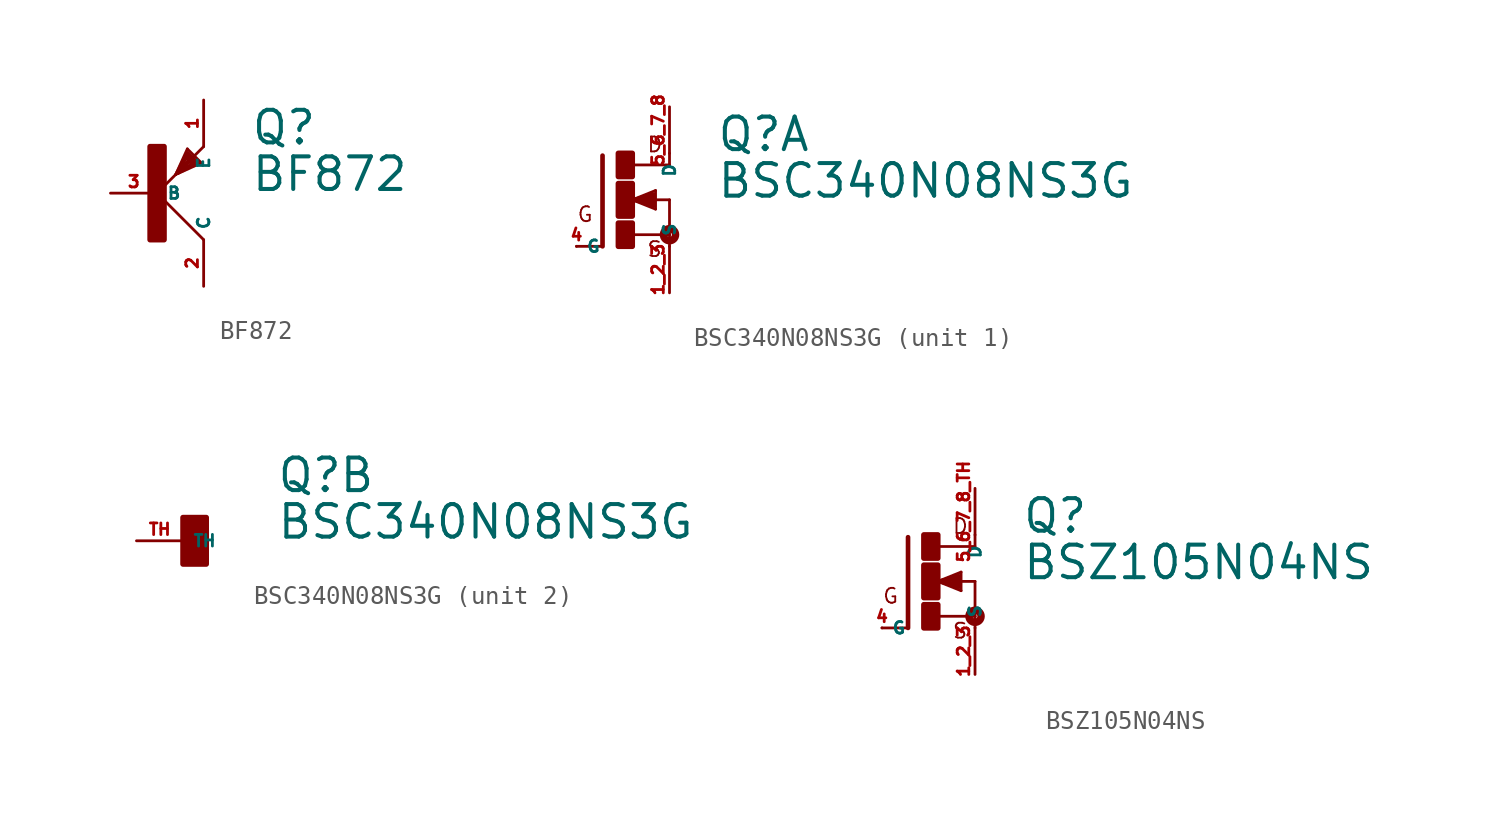
<source format=kicad_sym>
(kicad_symbol_lib
  (version 20220914)
  (generator Eagle2Kicad)
  (symbol "BF872"
    (property "Reference" "Q"
      (at 5.08 2.54 0)
      (effects (font (size 1.778 1.778) (thickness 0.22)) (justify left bottom)))
    (property "Value" "BF872"
      (at 5.08 0 0)
      (effects (font (size 1.778 1.778) (thickness 0.22)) (justify left bottom)))
    (polyline
      (pts (xy 2.54 -2.54) (xy 0 0))
      (stroke (width 0.152) (type default))
      (fill (type none)))
    (polyline
      (pts (xy 0 0) (xy 1.016 1.016))
      (stroke (width 0.152) (type default))
      (fill (type none)))
    (polyline
      (pts (xy 2.413 1.651) (xy 1.016 1.016))
      (stroke (width 0.152) (type default))
      (fill (type none)))
    (polyline
      (pts (xy 1.016 1.016) (xy 1.143 1.143))
      (stroke (width 0.152) (type default))
      (fill (type none)))
    (polyline
      (pts (xy 1.905 1.905) (xy 2.54 2.54))
      (stroke (width 0.152) (type default))
      (fill (type none)))
    (polyline
      (pts (xy 1.016 1.016) (xy 1.651 2.413))
      (stroke (width 0.152) (type default))
      (fill (type none)))
    (polyline
      (pts (xy 1.651 2.413) (xy 2.413 1.651))
      (stroke (width 0.152) (type default))
      (fill (type none)))
    (polyline
      (pts (xy 1.143 1.143) (xy 2.159 1.651))
      (stroke (width 0.254) (type default))
      (fill (type none)))
    (polyline
      (pts (xy 2.159 1.651) (xy 1.905 1.905))
      (stroke (width 0.254) (type default))
      (fill (type none)))
    (polyline
      (pts (xy 1.905 1.905) (xy 1.651 2.159))
      (stroke (width 0.254) (type default))
      (fill (type none)))
    (polyline
      (pts (xy 1.651 2.159) (xy 1.143 1.143))
      (stroke (width 0.254) (type default))
      (fill (type none)))
    (polyline
      (pts (xy 1.143 1.143) (xy 1.905 1.905))
      (stroke (width 0.254) (type default))
      (fill (type none)))
    (polyline
      (pts (xy 1.651 1.905) (xy 1.905 1.651))
      (stroke (width 0.254) (type default))
      (fill (type none)))
    (rectangle
      (start -0.381 -2.54)
      (end 0.381 2.54)
      (stroke (width 0.3) (type default))
      (fill (type outline)))
    (pin passive line
      (at -2.54 0 0)
      (length 2.54)
      (name "B" (effects (font (size 0.635 0.635) (thickness 0.08)) (justify left bottom)))
      (number "3" (effects (font (size 0.635 0.635) (thickness 0.08)) (justify left bottom))))
    (pin passive line
      (at 2.54 5.08 270)
      (length 2.54)
      (name "E" (effects (font (size 0.635 0.635) (thickness 0.08)) (justify left bottom)))
      (number "1" (effects (font (size 0.635 0.635) (thickness 0.08)) (justify left bottom))))
    (pin passive line
      (at 2.54 -5.08 90)
      (length 2.54)
      (name "C" (effects (font (size 0.635 0.635) (thickness 0.08)) (justify left bottom)))
      (number "2" (effects (font (size 0.635 0.635) (thickness 0.08)) (justify left bottom)))))
  (symbol "BSC340N08NS3G"
    (property "Reference" "Q"
      (at 5.08 2.54 0)
      (effects (font (size 1.778 1.778) (thickness 0.22)) (justify left bottom)))
    (property "Value" "BSC340N08NS3G"
      (at 5.08 0 0)
      (effects (font (size 1.778 1.778) (thickness 0.22)) (justify left bottom)))
    (symbol "BSC340N08NS3G_1_0"
      (polyline (pts (xy -1.118 2.413) (xy -1.118 -2.54)) (stroke (width 0.254) (type default)) (fill (type none)))
      (polyline (pts (xy -1.118 -2.54) (xy -2.54 -2.54)) (stroke (width 0.152) (type default)) (fill (type none)))
      (polyline (pts (xy 2.54 1.905) (xy 0.533 1.905)) (stroke (width 0.152) (type default)) (fill (type none)))
      (polyline (pts (xy 2.54 2.54) (xy 2.54 1.905)) (stroke (width 0.152) (type default)) (fill (type none)))
      (polyline (pts (xy 2.54 0) (xy 2.54 -1.905)) (stroke (width 0.152) (type default)) (fill (type none)))
      (polyline (pts (xy 0.508 -1.905) (xy 2.54 -1.905)) (stroke (width 0.152) (type default)) (fill (type none)))
      (polyline (pts (xy 2.54 -1.905) (xy 2.54 -2.54)) (stroke (width 0.152) (type default)) (fill (type none)))
      (polyline (pts (xy 0.508 0) (xy 1.778 -0.508)) (stroke (width 0.152) (type default)) (fill (type none)))
      (polyline (pts (xy 1.778 -0.508) (xy 1.778 0.508)) (stroke (width 0.152) (type default)) (fill (type none)))
      (polyline (pts (xy 1.778 0.508) (xy 0.508 0)) (stroke (width 0.152) (type default)) (fill (type none)))
      (polyline (pts (xy 1.651 0) (xy 2.54 0)) (stroke (width 0.152) (type default)) (fill (type none)))
      (polyline (pts (xy 1.651 0.254) (xy 0.762 0)) (stroke (width 0.305) (type default)) (fill (type none)))
      (polyline (pts (xy 0.762 0) (xy 1.651 -0.254)) (stroke (width 0.305) (type default)) (fill (type none)))
      (polyline (pts (xy 1.651 -0.254) (xy 1.651 0)) (stroke (width 0.305) (type default)) (fill (type none)))
      (polyline (pts (xy 1.651 0) (xy 1.397 0)) (stroke (width 0.305) (type default)) (fill (type none)))
      (text "D" (at 1.27 2.54 0) (effects (font (size 0.813 0.813) (thickness 0.10)) (justify left bottom)))
      (text "S" (at 1.27 -3.175 0) (effects (font (size 0.813 0.813) (thickness 0.10)) (justify left bottom)))
      (text "G" (at -2.54 -1.27 0) (effects (font (size 0.813 0.813) (thickness 0.10)) (justify left bottom)))
      (circle (center 2.54 -1.905) (radius 0.127) (stroke (width 0.406) (type default)) (fill (type none)))
      (rectangle (start -0.254 -2.54) (end 0.508 -1.27) (stroke (width 0.3) (type default)) (fill (type outline)))
      (rectangle (start -0.254 1.27) (end 0.508 2.54) (stroke (width 0.3) (type default)) (fill (type outline)))
      (rectangle (start -0.254 -0.889) (end 0.508 0.889) (stroke (width 0.3) (type default)) (fill (type outline)))
      (pin passive line (at -2.54 -2.54 0) (length 0) (name "G" (effects (font (size 0.635 0.635) (thickness 0.08)) (justify left bottom))) (number "4" (effects (font (size 0.635 0.635) (thickness 0.08)) (justify left bottom))))
      (pin passive line (at 2.54 5.08 270) (length 2.54) (name "D" (effects (font (size 0.635 0.635) (thickness 0.08)) (justify left bottom))) (number "5 6 7 8" (effects (font (size 0.635 0.635) (thickness 0.08)) (justify left bottom))))
      (pin passive line (at 2.54 -5.08 90) (length 2.54) (name "S" (effects (font (size 0.635 0.635) (thickness 0.08)) (justify left bottom))) (number "1 2 3" (effects (font (size 0.635 0.635) (thickness 0.08)) (justify left bottom)))))
    (symbol "BSC340N08NS3G_2_0"
      (rectangle (start 0 -1.27) (end 1.27 1.27) (stroke (width 0.3) (type default)) (fill (type outline)))
      (pin passive line (at -2.54 0 0) (length 2.54) (name "TH" (effects (font (size 0.635 0.635) (thickness 0.08)) (justify left bottom))) (number "TH" (effects (font (size 0.635 0.635) (thickness 0.08)) (justify left bottom))))))
  (symbol "BSZ105N04NS"
    (property "Reference" "Q"
      (at 5.08 2.54 0)
      (effects (font (size 1.778 1.778) (thickness 0.22)) (justify left bottom)))
    (property "Value" "BSZ105N04NS"
      (at 5.08 0 0)
      (effects (font (size 1.778 1.778) (thickness 0.22)) (justify left bottom)))
    (polyline
      (pts (xy -1.118 2.413) (xy -1.118 -2.54))
      (stroke (width 0.254) (type default))
      (fill (type none)))
    (polyline
      (pts (xy -1.118 -2.54) (xy -2.54 -2.54))
      (stroke (width 0.152) (type default))
      (fill (type none)))
    (polyline
      (pts (xy 2.54 1.905) (xy 0.533 1.905))
      (stroke (width 0.152) (type default))
      (fill (type none)))
    (polyline
      (pts (xy 2.54 2.54) (xy 2.54 1.905))
      (stroke (width 0.152) (type default))
      (fill (type none)))
    (polyline
      (pts (xy 2.54 0) (xy 2.54 -1.905))
      (stroke (width 0.152) (type default))
      (fill (type none)))
    (polyline
      (pts (xy 0.508 -1.905) (xy 2.54 -1.905))
      (stroke (width 0.152) (type default))
      (fill (type none)))
    (polyline
      (pts (xy 2.54 -1.905) (xy 2.54 -2.54))
      (stroke (width 0.152) (type default))
      (fill (type none)))
    (polyline
      (pts (xy 0.508 0) (xy 1.778 -0.508))
      (stroke (width 0.152) (type default))
      (fill (type none)))
    (polyline
      (pts (xy 1.778 -0.508) (xy 1.778 0.508))
      (stroke (width 0.152) (type default))
      (fill (type none)))
    (polyline
      (pts (xy 1.778 0.508) (xy 0.508 0))
      (stroke (width 0.152) (type default))
      (fill (type none)))
    (polyline
      (pts (xy 1.651 0) (xy 2.54 0))
      (stroke (width 0.152) (type default))
      (fill (type none)))
    (polyline
      (pts (xy 1.651 0.254) (xy 0.762 0))
      (stroke (width 0.305) (type default))
      (fill (type none)))
    (polyline
      (pts (xy 0.762 0) (xy 1.651 -0.254))
      (stroke (width 0.305) (type default))
      (fill (type none)))
    (polyline
      (pts (xy 1.651 -0.254) (xy 1.651 0))
      (stroke (width 0.305) (type default))
      (fill (type none)))
    (polyline
      (pts (xy 1.651 0) (xy 1.397 0))
      (stroke (width 0.305) (type default))
      (fill (type none)))
    (text "D"
      (at 1.27 2.54 0)
      (effects (font (size 0.813 0.813) (thickness 0.10)) (justify left bottom)))
    (text "S"
      (at 1.27 -3.175 0)
      (effects (font (size 0.813 0.813) (thickness 0.10)) (justify left bottom)))
    (text "G"
      (at -2.54 -1.27 0)
      (effects (font (size 0.813 0.813) (thickness 0.10)) (justify left bottom)))
    (circle
      (center 2.54 -1.905)
      (radius 0.127)
      (stroke (width 0.406) (type default))
      (fill (type none)))
    (rectangle
      (start -0.254 -2.54)
      (end 0.508 -1.27)
      (stroke (width 0.3) (type default))
      (fill (type outline)))
    (rectangle
      (start -0.254 1.27)
      (end 0.508 2.54)
      (stroke (width 0.3) (type default))
      (fill (type outline)))
    (rectangle
      (start -0.254 -0.889)
      (end 0.508 0.889)
      (stroke (width 0.3) (type default))
      (fill (type outline)))
    (pin passive line
      (at -2.54 -2.54 0)
      (length 0)
      (name "G" (effects (font (size 0.635 0.635) (thickness 0.08)) (justify left bottom)))
      (number "4" (effects (font (size 0.635 0.635) (thickness 0.08)) (justify left bottom))))
    (pin passive line
      (at 2.54 5.08 270)
      (length 2.54)
      (name "D" (effects (font (size 0.635 0.635) (thickness 0.08)) (justify left bottom)))
      (number "5 6 7 8 TH" (effects (font (size 0.635 0.635) (thickness 0.08)) (justify left bottom))))
    (pin passive line
      (at 2.54 -5.08 90)
      (length 2.54)
      (name "S" (effects (font (size 0.635 0.635) (thickness 0.08)) (justify left bottom)))
      (number "1 2 3" (effects (font (size 0.635 0.635) (thickness 0.08)) (justify left bottom))))))
</source>
